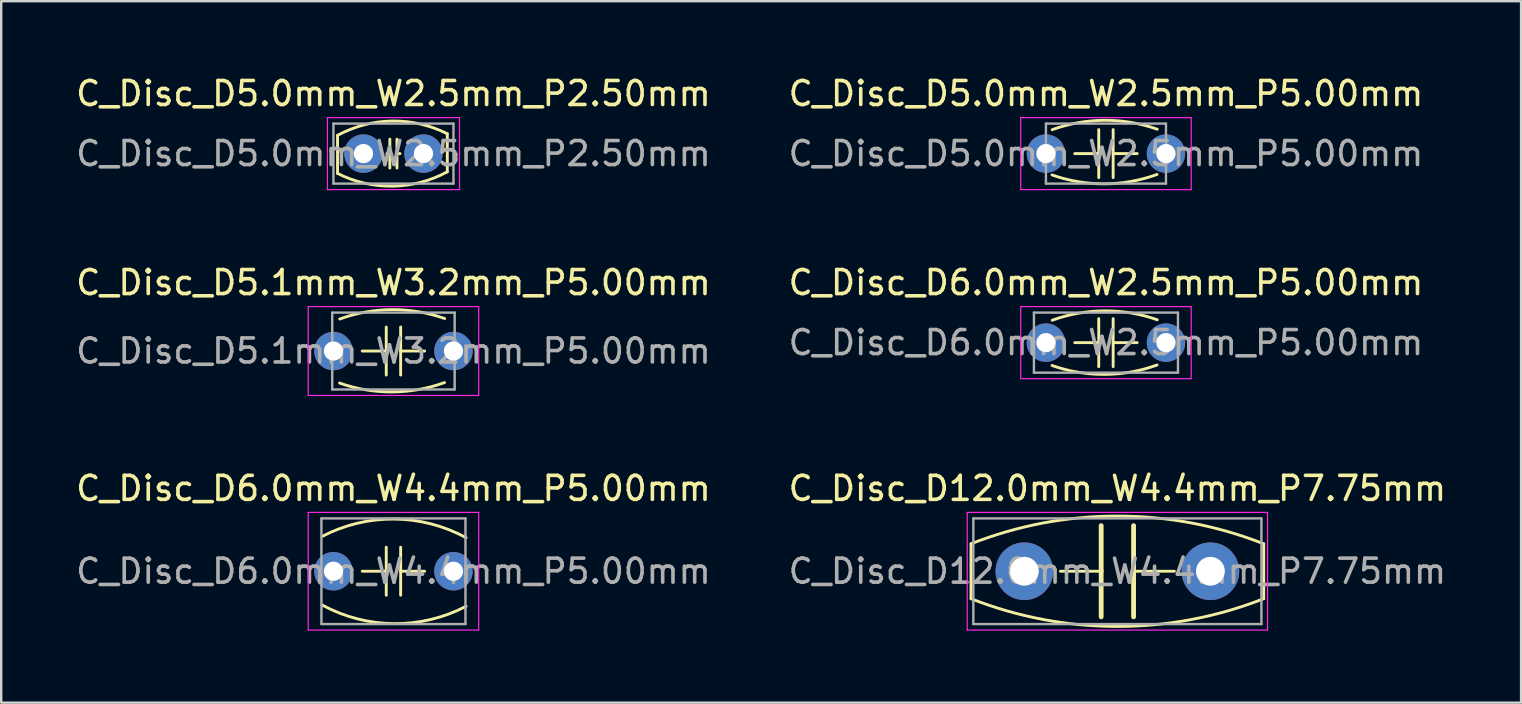
<source format=kicad_pcb>
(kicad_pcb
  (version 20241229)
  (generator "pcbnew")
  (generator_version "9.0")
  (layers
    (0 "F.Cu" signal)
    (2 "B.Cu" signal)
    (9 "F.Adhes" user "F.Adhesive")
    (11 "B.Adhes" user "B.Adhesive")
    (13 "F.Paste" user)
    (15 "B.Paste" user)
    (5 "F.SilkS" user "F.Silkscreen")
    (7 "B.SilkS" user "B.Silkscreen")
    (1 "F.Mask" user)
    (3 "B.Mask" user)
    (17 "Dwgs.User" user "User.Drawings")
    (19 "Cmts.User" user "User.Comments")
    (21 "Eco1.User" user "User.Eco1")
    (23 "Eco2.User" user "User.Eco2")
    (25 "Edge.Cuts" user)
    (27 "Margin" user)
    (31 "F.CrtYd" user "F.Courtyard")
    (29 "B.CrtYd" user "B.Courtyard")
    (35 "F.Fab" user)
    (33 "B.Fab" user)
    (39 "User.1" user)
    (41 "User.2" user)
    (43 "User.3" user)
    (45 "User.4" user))
  (footprint "C_Disc_D6.0mm_W4.4mm_P5.00mm"
    (layer "F.Cu")
    (at 10.839 20.745)
    (property "Reference" "C_Disc_D6.0mm_W4.4mm_P5.00mm" (at 2.5 -3.45 0) (layer "F.SilkS") (effects (font (size 1 1) (thickness 0.15))))
    (fp_line (start 1.2 0) (end 2.2 0) (stroke (width 0.12) (type solid)) (layer "F.SilkS"))
    (fp_line (start 2.2 0) (end 2.2 -1) (stroke (width 0.12) (type solid)) (layer "F.SilkS"))
    (fp_line (start 2.2 0) (end 2.2 1) (stroke (width 0.12) (type solid)) (layer "F.SilkS"))
    (fp_line (start 2.8 -1) (end 2.8 1) (stroke (width 0.12) (type solid)) (layer "F.SilkS"))
    (fp_line (start 2.8 0) (end 3.8 0) (stroke (width 0.12) (type solid)) (layer "F.SilkS"))
    (fp_arc (start -0.469977 -1.451191) (mid 2.53404 -2.173962) (end 5.5245 -1.397) (stroke (width 0.12) (type solid)) (layer "F.SilkS"))
    (fp_arc (start 5.5245 1.4605) (mid 2.520483 2.183271) (end -0.469977 1.406309) (stroke (width 0.12) (type solid)) (layer "F.SilkS"))
    (fp_line (start -1.05 -2.45) (end -1.05 2.45) (stroke (width 0.05) (type solid)) (layer "F.CrtYd"))
    (fp_line (start -1.05 2.45) (end 6.05 2.45) (stroke (width 0.05) (type solid)) (layer "F.CrtYd"))
    (fp_line (start 6.05 -2.45) (end -1.05 -2.45) (stroke (width 0.05) (type solid)) (layer "F.CrtYd"))
    (fp_line (start 6.05 2.45) (end 6.05 -2.45) (stroke (width 0.05) (type solid)) (layer "F.CrtYd"))
    (fp_line (start -0.5 -2.2) (end -0.5 2.2) (stroke (width 0.1) (type solid)) (layer "F.Fab"))
    (fp_line (start -0.5 2.2) (end 5.5 2.2) (stroke (width 0.1) (type solid)) (layer "F.Fab"))
    (fp_line (start 5.5 -2.2) (end -0.5 -2.2) (stroke (width 0.1) (type solid)) (layer "F.Fab"))
    (fp_line (start 5.5 2.2) (end 5.5 -2.2) (stroke (width 0.1) (type solid)) (layer "F.Fab"))
    (fp_text user "${REFERENCE}" (at 2.5 0 0) (layer "F.Fab") (effects (font (size 1 1) (thickness 0.15))))
    (pad "1" thru_hole circle (at 0 0) (size 1.6 1.6) (drill 0.8) (layers "*.Cu" "*.Mask"))
    (pad "2" thru_hole circle (at 5 0) (size 1.6 1.6) (drill 0.8) (layers "*.Cu" "*.Mask")))
  (footprint "C_Disc_D5.0mm_W2.5mm_P2.50mm"
    (layer "F.Cu")
    (at 12.089 3.348)
    (property "Reference" "C_Disc_D5.0mm_W2.5mm_P2.50mm" (at 1.25 -2.5 0) (layer "F.SilkS") (effects (font (size 1 1) (thickness 0.15))))
    (fp_line (start -1.079 0.826) (end -1.079 -0.762) (stroke (width 0.12) (type solid)) (layer "F.SilkS"))
    (fp_line (start 0.973 0) (end 1.1 0) (stroke (width 0.12) (type solid)) (layer "F.SilkS"))
    (fp_line (start 1.1 0) (end 1.1 -0.6) (stroke (width 0.12) (type solid)) (layer "F.SilkS"))
    (fp_line (start 1.1 0) (end 1.1 0.6) (stroke (width 0.12) (type solid)) (layer "F.SilkS"))
    (fp_line (start 1.397 0) (end 1.397 -0.6) (stroke (width 0.12) (type solid)) (layer "F.SilkS"))
    (fp_line (start 1.397 0) (end 1.397 0.6) (stroke (width 0.12) (type solid)) (layer "F.SilkS"))
    (fp_line (start 1.524 0) (end 1.397 0) (stroke (width 0.12) (type solid)) (layer "F.SilkS"))
    (fp_line (start 3.493 -0.826) (end 3.493 0.762) (stroke (width 0.12) (type solid)) (layer "F.SilkS"))
    (fp_arc (start -1.078127 -0.759477) (mid 1.19904 -1.356434) (end 3.4925 -0.8255) (stroke (width 0.12) (type solid)) (layer "F.SilkS"))
    (fp_arc (start 3.491127 0.759477) (mid 1.21396 1.356434) (end -1.0795 0.8255) (stroke (width 0.12) (type solid)) (layer "F.SilkS"))
    (fp_line (start -1.5 -1.5) (end -1.5 1.5) (stroke (width 0.05) (type solid)) (layer "F.CrtYd"))
    (fp_line (start -1.5 1.5) (end 4 1.5) (stroke (width 0.05) (type solid)) (layer "F.CrtYd"))
    (fp_line (start 4 -1.5) (end -1.5 -1.5) (stroke (width 0.05) (type solid)) (layer "F.CrtYd"))
    (fp_line (start 4 1.5) (end 4 -1.5) (stroke (width 0.05) (type solid)) (layer "F.CrtYd"))
    (fp_line (start -1.25 -1.25) (end -1.25 1.25) (stroke (width 0.1) (type solid)) (layer "F.Fab"))
    (fp_line (start -1.25 1.25) (end 3.75 1.25) (stroke (width 0.1) (type solid)) (layer "F.Fab"))
    (fp_line (start 3.75 -1.25) (end -1.25 -1.25) (stroke (width 0.1) (type solid)) (layer "F.Fab"))
    (fp_line (start 3.75 1.25) (end 3.75 -1.25) (stroke (width 0.1) (type solid)) (layer "F.Fab"))
    (fp_text user "${REFERENCE}" (at 1.25 0 0) (layer "F.Fab") (effects (font (size 1 1) (thickness 0.15))))
    (pad "1" thru_hole circle (at 0 0) (size 1.6 1.6) (drill 0.8) (layers "*.Cu" "*.Mask"))
    (pad "2" thru_hole circle (at 2.5 0) (size 1.6 1.6) (drill 0.8) (layers "*.Cu" "*.Mask")))
  (footprint "C_Disc_D12.0mm_W4.4mm_P7.75mm"
    (layer "F.Cu")
    (at 39.619 20.745)
    (property "Reference" "C_Disc_D12.0mm_W4.4mm_P7.75mm" (at 3.875 -3.45 0) (layer "F.SilkS") (effects (font (size 1 1) (thickness 0.15))))
    (fp_line (start -2.223 1.143) (end -2.223 -1.143) (stroke (width 0.12) (type solid)) (layer "F.SilkS"))
    (fp_line (start 1.5 0) (end 3.2 0) (stroke (width 0.12) (type solid)) (layer "F.SilkS"))
    (fp_line (start 3.2 0) (end 3.2 -1.9) (stroke (width 0.2) (type solid)) (layer "F.SilkS"))
    (fp_line (start 3.2 0) (end 3.2 1.9) (stroke (width 0.2) (type solid)) (layer "F.SilkS"))
    (fp_line (start 4.55 0) (end 4.55 -1.9) (stroke (width 0.2) (type solid)) (layer "F.SilkS"))
    (fp_line (start 4.55 0) (end 4.55 1.9) (stroke (width 0.2) (type solid)) (layer "F.SilkS"))
    (fp_line (start 4.55 0) (end 6.25 0) (stroke (width 0.12) (type solid)) (layer "F.SilkS"))
    (fp_line (start 9.97 -1.143) (end 9.97 1.143) (stroke (width 0.12) (type solid)) (layer "F.SilkS"))
    (fp_arc (start -2.2225 -1.142999) (mid 3.8735 -2.299082) (end 9.9695 -1.143) (stroke (width 0.12) (type solid)) (layer "F.SilkS"))
    (fp_arc (start 9.9695 1.142999) (mid 3.8735 2.299082) (end -2.2225 1.143) (stroke (width 0.12) (type solid)) (layer "F.SilkS"))
    (fp_line (start -2.38 -2.45) (end -2.38 2.45) (stroke (width 0.05) (type solid)) (layer "F.CrtYd"))
    (fp_line (start -2.38 2.45) (end 10.13 2.45) (stroke (width 0.05) (type solid)) (layer "F.CrtYd"))
    (fp_line (start 10.13 -2.45) (end -2.38 -2.45) (stroke (width 0.05) (type solid)) (layer "F.CrtYd"))
    (fp_line (start 10.13 2.45) (end 10.13 -2.45) (stroke (width 0.05) (type solid)) (layer "F.CrtYd"))
    (fp_line (start -2.125 -2.2) (end -2.125 2.2) (stroke (width 0.1) (type solid)) (layer "F.Fab"))
    (fp_line (start -2.125 2.2) (end 9.875 2.2) (stroke (width 0.1) (type solid)) (layer "F.Fab"))
    (fp_line (start 9.875 -2.2) (end -2.125 -2.2) (stroke (width 0.1) (type solid)) (layer "F.Fab"))
    (fp_line (start 9.875 2.2) (end 9.875 -2.2) (stroke (width 0.1) (type solid)) (layer "F.Fab"))
    (fp_text user "${REFERENCE}" (at 3.875 0 0) (layer "F.Fab") (effects (font (size 1 1) (thickness 0.15))))
    (pad "1" thru_hole circle (at 0 0) (size 2.4 2.4) (drill 1.2) (layers "*.Cu" "*.Mask"))
    (pad "2" thru_hole circle (at 7.75 0) (size 2.4 2.4) (drill 1.2) (layers "*.Cu" "*.Mask")))
  (footprint "C_Disc_D6.0mm_W2.5mm_P5.00mm"
    (layer "F.Cu")
    (at 40.518 11.222)
    (property "Reference" "C_Disc_D6.0mm_W2.5mm_P5.00mm" (at 2.5 -2.5 0) (layer "F.SilkS") (effects (font (size 1 1) (thickness 0.15))))
    (fp_line (start 1.2 0) (end 2.2 0) (stroke (width 0.12) (type solid)) (layer "F.SilkS"))
    (fp_line (start 2.2 0) (end 2.2 -1) (stroke (width 0.12) (type solid)) (layer "F.SilkS"))
    (fp_line (start 2.2 0) (end 2.2 1) (stroke (width 0.12) (type solid)) (layer "F.SilkS"))
    (fp_line (start 2.8 -1) (end 2.8 1) (stroke (width 0.12) (type solid)) (layer "F.SilkS"))
    (fp_line (start 2.8 0) (end 3.8 0) (stroke (width 0.12) (type solid)) (layer "F.SilkS"))
    (fp_arc (start 0.261356 -0.932324) (mid 2.44667 -1.323463) (end 4.6355 -0.9525) (stroke (width 0.12) (type solid)) (layer "F.SilkS"))
    (fp_arc (start 4.628144 0.932323) (mid 2.44283 1.323462) (end 0.254 0.9525) (stroke (width 0.12) (type solid)) (layer "F.SilkS"))
    (fp_line (start -1.05 -1.5) (end -1.05 1.5) (stroke (width 0.05) (type solid)) (layer "F.CrtYd"))
    (fp_line (start -1.05 1.5) (end 6.05 1.5) (stroke (width 0.05) (type solid)) (layer "F.CrtYd"))
    (fp_line (start 6.05 -1.5) (end -1.05 -1.5) (stroke (width 0.05) (type solid)) (layer "F.CrtYd"))
    (fp_line (start 6.05 1.5) (end 6.05 -1.5) (stroke (width 0.05) (type solid)) (layer "F.CrtYd"))
    (fp_line (start -0.5 -1.25) (end -0.5 1.25) (stroke (width 0.1) (type solid)) (layer "F.Fab"))
    (fp_line (start -0.5 1.25) (end 5.5 1.25) (stroke (width 0.1) (type solid)) (layer "F.Fab"))
    (fp_line (start 5.5 -1.25) (end -0.5 -1.25) (stroke (width 0.1) (type solid)) (layer "F.Fab"))
    (fp_line (start 5.5 1.25) (end 5.5 -1.25) (stroke (width 0.1) (type solid)) (layer "F.Fab"))
    (fp_text user "${REFERENCE}" (at 2.5 0 0) (layer "F.Fab") (effects (font (size 1 1) (thickness 0.15))))
    (pad "1" thru_hole circle (at 0 0) (size 1.6 1.6) (drill 0.8) (layers "*.Cu" "*.Mask"))
    (pad "2" thru_hole circle (at 5 0) (size 1.6 1.6) (drill 0.8) (layers "*.Cu" "*.Mask")))
  (footprint "C_Disc_D5.1mm_W3.2mm_P5.00mm"
    (layer "F.Cu")
    (at 10.839 11.572)
    (property "Reference" "C_Disc_D5.1mm_W3.2mm_P5.00mm" (at 2.5 -2.85 0) (layer "F.SilkS") (effects (font (size 1 1) (thickness 0.15))))
    (fp_line (start 1.2 0) (end 2.2 0) (stroke (width 0.12) (type solid)) (layer "F.SilkS"))
    (fp_line (start 2.2 0) (end 2.2 -1) (stroke (width 0.12) (type solid)) (layer "F.SilkS"))
    (fp_line (start 2.2 0) (end 2.2 1) (stroke (width 0.12) (type solid)) (layer "F.SilkS"))
    (fp_line (start 2.8 -1) (end 2.8 1) (stroke (width 0.12) (type solid)) (layer "F.SilkS"))
    (fp_line (start 2.8 0) (end 3.8 0) (stroke (width 0.12) (type solid)) (layer "F.SilkS"))
    (fp_arc (start 0.261356 -1.3335) (mid 2.44667 -1.724639) (end 4.6355 -1.353676) (stroke (width 0.12) (type solid)) (layer "F.SilkS"))
    (fp_arc (start 4.628144 1.313323) (mid 2.44283 1.704462) (end 0.254 1.3335) (stroke (width 0.12) (type solid)) (layer "F.SilkS"))
    (fp_line (start -1.05 -1.85) (end -1.05 1.85) (stroke (width 0.05) (type solid)) (layer "F.CrtYd"))
    (fp_line (start -1.05 1.85) (end 6.05 1.85) (stroke (width 0.05) (type solid)) (layer "F.CrtYd"))
    (fp_line (start 6.05 -1.85) (end -1.05 -1.85) (stroke (width 0.05) (type solid)) (layer "F.CrtYd"))
    (fp_line (start 6.05 1.85) (end 6.05 -1.85) (stroke (width 0.05) (type solid)) (layer "F.CrtYd"))
    (fp_line (start -0.05 -1.6) (end -0.05 1.6) (stroke (width 0.1) (type solid)) (layer "F.Fab"))
    (fp_line (start -0.05 1.6) (end 5.05 1.6) (stroke (width 0.1) (type solid)) (layer "F.Fab"))
    (fp_line (start 5.05 -1.6) (end -0.05 -1.6) (stroke (width 0.1) (type solid)) (layer "F.Fab"))
    (fp_line (start 5.05 1.6) (end 5.05 -1.6) (stroke (width 0.1) (type solid)) (layer "F.Fab"))
    (fp_text user "${REFERENCE}" (at 2.5 0 0) (layer "F.Fab") (effects (font (size 1 1) (thickness 0.15))))
    (pad "1" thru_hole circle (at 0 0) (size 1.6 1.6) (drill 0.8) (layers "*.Cu" "*.Mask"))
    (pad "2" thru_hole circle (at 5 0) (size 1.6 1.6) (drill 0.8) (layers "*.Cu" "*.Mask")))
  (footprint "C_Disc_D5.0mm_W2.5mm_P5.00mm"
    (layer "F.Cu")
    (at 40.518 3.348)
    (property "Reference" "C_Disc_D5.0mm_W2.5mm_P5.00mm" (at 2.5 -2.5 0) (layer "F.SilkS") (effects (font (size 1 1) (thickness 0.15))))
    (fp_line (start 1.2 0) (end 2.2 0) (stroke (width 0.12) (type solid)) (layer "F.SilkS"))
    (fp_line (start 2.2 0) (end 2.2 -1) (stroke (width 0.12) (type solid)) (layer "F.SilkS"))
    (fp_line (start 2.2 0) (end 2.2 1) (stroke (width 0.12) (type solid)) (layer "F.SilkS"))
    (fp_line (start 2.8 -1) (end 2.8 1) (stroke (width 0.12) (type solid)) (layer "F.SilkS"))
    (fp_line (start 2.8 0) (end 3.8 0) (stroke (width 0.12) (type solid)) (layer "F.SilkS"))
    (fp_arc (start 0.261356 -0.995824) (mid 2.44667 -1.386963) (end 4.6355 -1.016) (stroke (width 0.12) (type solid)) (layer "F.SilkS"))
    (fp_arc (start 4.628144 0.868823) (mid 2.44283 1.259962) (end 0.254 0.889) (stroke (width 0.12) (type solid)) (layer "F.SilkS"))
    (fp_line (start -1.05 -1.5) (end -1.05 1.5) (stroke (width 0.05) (type solid)) (layer "F.CrtYd"))
    (fp_line (start -1.05 1.5) (end 6.05 1.5) (stroke (width 0.05) (type solid)) (layer "F.CrtYd"))
    (fp_line (start 6.05 -1.5) (end -1.05 -1.5) (stroke (width 0.05) (type solid)) (layer "F.CrtYd"))
    (fp_line (start 6.05 1.5) (end 6.05 -1.5) (stroke (width 0.05) (type solid)) (layer "F.CrtYd"))
    (fp_line (start 0 -1.25) (end 0 1.25) (stroke (width 0.1) (type solid)) (layer "F.Fab"))
    (fp_line (start 0 1.25) (end 5 1.25) (stroke (width 0.1) (type solid)) (layer "F.Fab"))
    (fp_line (start 5 -1.25) (end 0 -1.25) (stroke (width 0.1) (type solid)) (layer "F.Fab"))
    (fp_line (start 5 1.25) (end 5 -1.25) (stroke (width 0.1) (type solid)) (layer "F.Fab"))
    (fp_text user "${REFERENCE}" (at 2.5 0 0) (layer "F.Fab") (effects (font (size 1 1) (thickness 0.15))))
    (pad "1" thru_hole circle (at 0 0) (size 1.6 1.6) (drill 0.8) (layers "*.Cu" "*.Mask"))
    (pad "2" thru_hole circle (at 5 0) (size 1.6 1.6) (drill 0.8) (layers "*.Cu" "*.Mask")))
  (gr_rect
    (start -3 -3)
    (end 60.31 26.22)
    (stroke (width 0.1) (type default))
    (fill no)
    (layer "Edge.Cuts")))
</source>
